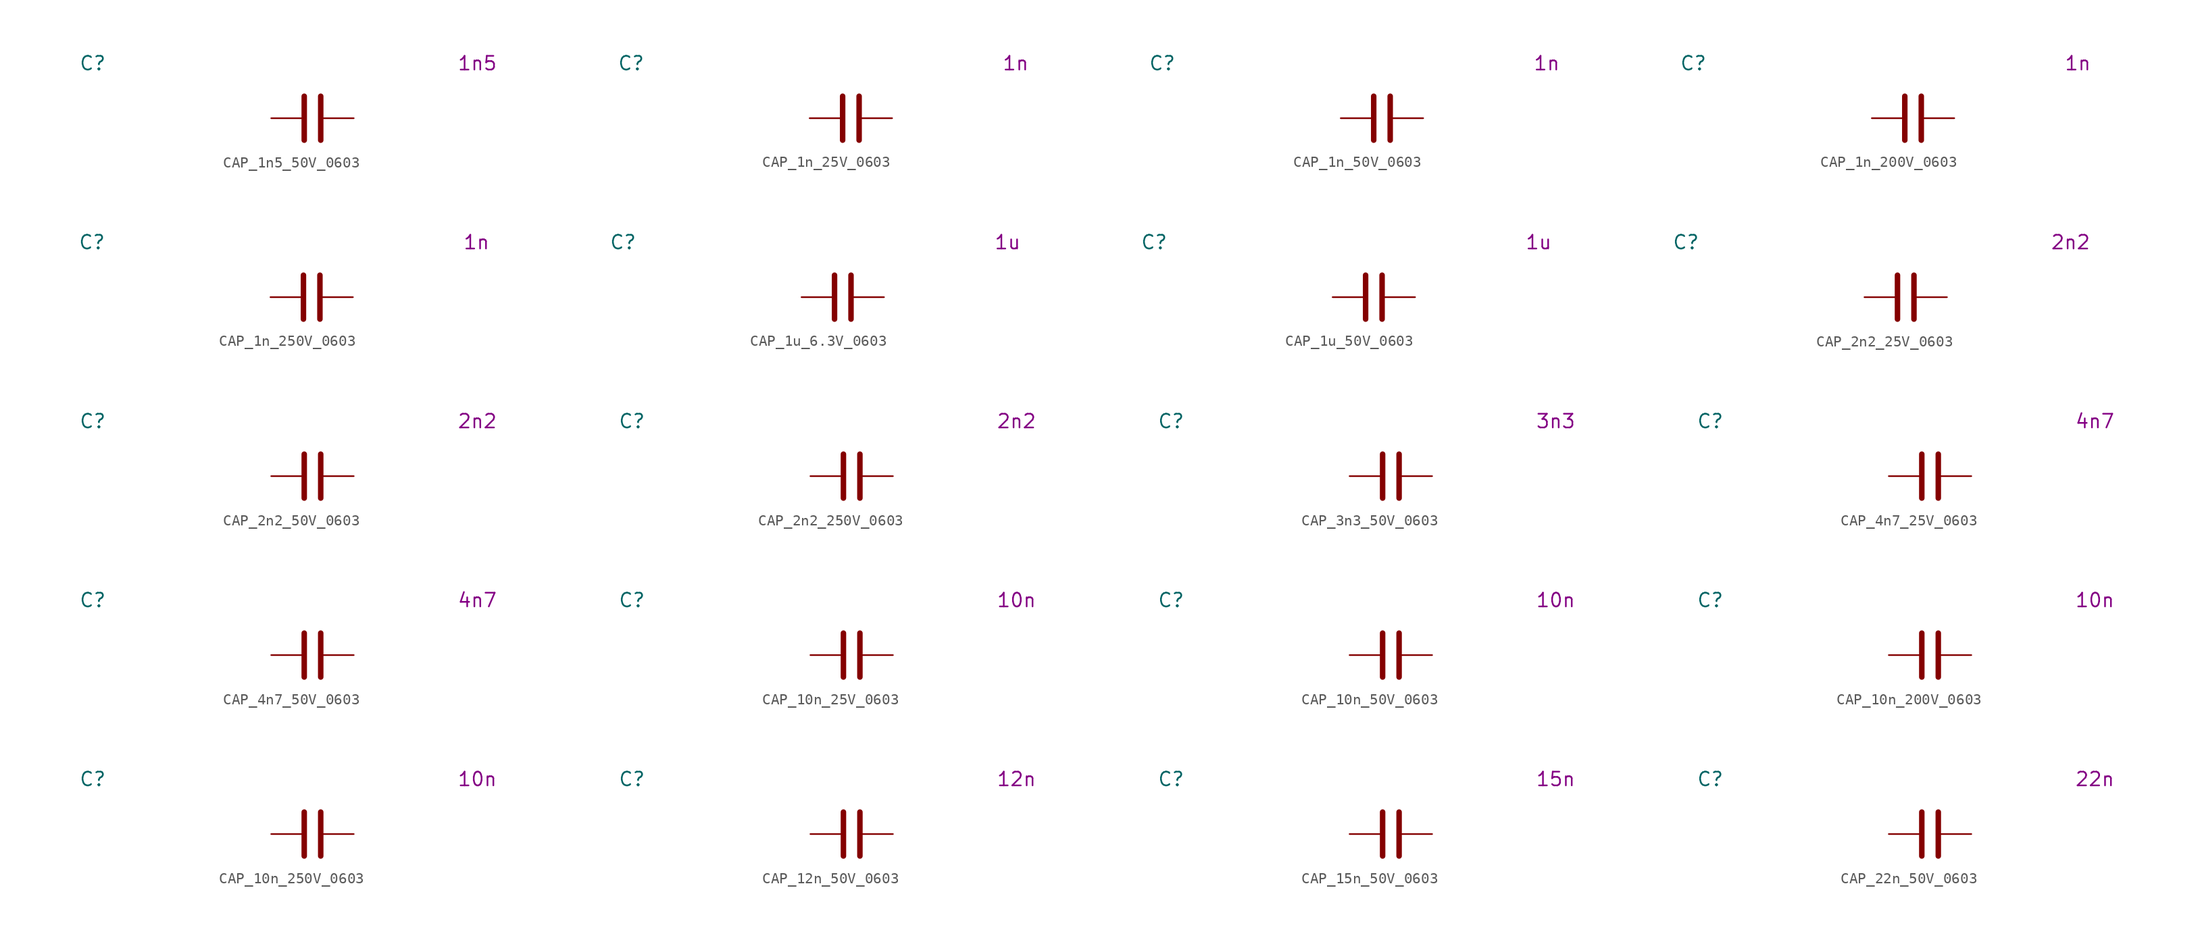
<source format=kicad_sym>
(kicad_symbol_lib
  (version 20231120)
  (generator "kicad_symbol_editor")
  (generator_version "8.0")
  (symbol "CAP_1n5_50V_0603"
    (pin_numbers hide)
    (property "Reference" "C"
      (at -20.32 5.08 0)
      (effects (font (size 1.27 1.27))))
    (property "Display Value" "1n5"
      (at 15.24 5.08 0)
      (effects (font (size 1.27 1.27))))
    (symbol "CAP_1n5_50V_0603_0_1"
      (polyline (pts (xy -0.762 -2.032) (xy -0.762 2.032)) (stroke (width 0.508) (type default)) (fill (type none)))
      (polyline (pts (xy 0.762 -2.032) (xy 0.762 2.032)) (stroke (width 0.508) (type default)) (fill (type none))))
    (symbol "CAP_1n5_50V_0603_1_1"
      (pin passive line (at -3.81 0 0) (length 2.794) (name "~" (effects (font (size 1.27 1.27)))) (number "1" (effects (font (size 1.27 1.27)))))
      (pin passive line (at 3.81 0 180) (length 2.794) (name "~" (effects (font (size 1.27 1.27)))) (number "2" (effects (font (size 1.27 1.27)))))))
  (symbol "CAP_1n_25V_0603"
    (pin_numbers hide)
    (property "Reference" "C"
      (at -20.32 5.08 0)
      (effects (font (size 1.27 1.27))))
    (property "Display Value" "1n"
      (at 15.24 5.08 0)
      (effects (font (size 1.27 1.27))))
    (symbol "CAP_1n_25V_0603_0_1"
      (polyline (pts (xy -0.762 -2.032) (xy -0.762 2.032)) (stroke (width 0.508) (type default)) (fill (type none)))
      (polyline (pts (xy 0.762 -2.032) (xy 0.762 2.032)) (stroke (width 0.508) (type default)) (fill (type none))))
    (symbol "CAP_1n_25V_0603_1_1"
      (pin passive line (at -3.81 0 0) (length 2.794) (name "~" (effects (font (size 1.27 1.27)))) (number "1" (effects (font (size 1.27 1.27)))))
      (pin passive line (at 3.81 0 180) (length 2.794) (name "~" (effects (font (size 1.27 1.27)))) (number "2" (effects (font (size 1.27 1.27)))))))
  (symbol "CAP_1n_50V_0603"
    (pin_numbers hide)
    (property "Reference" "C"
      (at -20.32 5.08 0)
      (effects (font (size 1.27 1.27))))
    (property "Display Value" "1n"
      (at 15.24 5.08 0)
      (effects (font (size 1.27 1.27))))
    (symbol "CAP_1n_50V_0603_0_1"
      (polyline (pts (xy -0.762 -2.032) (xy -0.762 2.032)) (stroke (width 0.508) (type default)) (fill (type none)))
      (polyline (pts (xy 0.762 -2.032) (xy 0.762 2.032)) (stroke (width 0.508) (type default)) (fill (type none))))
    (symbol "CAP_1n_50V_0603_1_1"
      (pin passive line (at -3.81 0 0) (length 2.794) (name "~" (effects (font (size 1.27 1.27)))) (number "1" (effects (font (size 1.27 1.27)))))
      (pin passive line (at 3.81 0 180) (length 2.794) (name "~" (effects (font (size 1.27 1.27)))) (number "2" (effects (font (size 1.27 1.27)))))))
  (symbol "CAP_1n_200V_0603"
    (pin_numbers hide)
    (property "Reference" "C"
      (at -20.32 5.08 0)
      (effects (font (size 1.27 1.27))))
    (property "Display Value" "1n"
      (at 15.24 5.08 0)
      (effects (font (size 1.27 1.27))))
    (symbol "CAP_1n_200V_0603_0_1"
      (polyline (pts (xy -0.762 -2.032) (xy -0.762 2.032)) (stroke (width 0.508) (type default)) (fill (type none)))
      (polyline (pts (xy 0.762 -2.032) (xy 0.762 2.032)) (stroke (width 0.508) (type default)) (fill (type none))))
    (symbol "CAP_1n_200V_0603_1_1"
      (pin passive line (at -3.81 0 0) (length 2.794) (name "~" (effects (font (size 1.27 1.27)))) (number "1" (effects (font (size 1.27 1.27)))))
      (pin passive line (at 3.81 0 180) (length 2.794) (name "~" (effects (font (size 1.27 1.27)))) (number "2" (effects (font (size 1.27 1.27)))))))
  (symbol "CAP_1n_250V_0603"
    (pin_numbers hide)
    (property "Reference" "C"
      (at -20.32 5.08 0)
      (effects (font (size 1.27 1.27))))
    (property "Display Value" "1n"
      (at 15.24 5.08 0)
      (effects (font (size 1.27 1.27))))
    (symbol "CAP_1n_250V_0603_0_1"
      (polyline (pts (xy -0.762 -2.032) (xy -0.762 2.032)) (stroke (width 0.508) (type default)) (fill (type none)))
      (polyline (pts (xy 0.762 -2.032) (xy 0.762 2.032)) (stroke (width 0.508) (type default)) (fill (type none))))
    (symbol "CAP_1n_250V_0603_1_1"
      (pin passive line (at -3.81 0 0) (length 2.794) (name "~" (effects (font (size 1.27 1.27)))) (number "1" (effects (font (size 1.27 1.27)))))
      (pin passive line (at 3.81 0 180) (length 2.794) (name "~" (effects (font (size 1.27 1.27)))) (number "2" (effects (font (size 1.27 1.27)))))))
  (symbol "CAP_1u_6.3V_0603"
    (pin_numbers hide)
    (property "Reference" "C"
      (at -20.32 5.08 0)
      (effects (font (size 1.27 1.27))))
    (property "Display Value" "1u"
      (at 15.24 5.08 0)
      (effects (font (size 1.27 1.27))))
    (symbol "CAP_1u_6.3V_0603_0_1"
      (polyline (pts (xy -0.762 -2.032) (xy -0.762 2.032)) (stroke (width 0.508) (type default)) (fill (type none)))
      (polyline (pts (xy 0.762 -2.032) (xy 0.762 2.032)) (stroke (width 0.508) (type default)) (fill (type none))))
    (symbol "CAP_1u_6.3V_0603_1_1"
      (pin passive line (at -3.81 0 0) (length 2.794) (name "~" (effects (font (size 1.27 1.27)))) (number "1" (effects (font (size 1.27 1.27)))))
      (pin passive line (at 3.81 0 180) (length 2.794) (name "~" (effects (font (size 1.27 1.27)))) (number "2" (effects (font (size 1.27 1.27)))))))
  (symbol "CAP_1u_50V_0603"
    (pin_numbers hide)
    (property "Reference" "C"
      (at -20.32 5.08 0)
      (effects (font (size 1.27 1.27))))
    (property "Display Value" "1u"
      (at 15.24 5.08 0)
      (effects (font (size 1.27 1.27))))
    (symbol "CAP_1u_50V_0603_0_1"
      (polyline (pts (xy -0.762 -2.032) (xy -0.762 2.032)) (stroke (width 0.508) (type default)) (fill (type none)))
      (polyline (pts (xy 0.762 -2.032) (xy 0.762 2.032)) (stroke (width 0.508) (type default)) (fill (type none))))
    (symbol "CAP_1u_50V_0603_1_1"
      (pin passive line (at -3.81 0 0) (length 2.794) (name "~" (effects (font (size 1.27 1.27)))) (number "1" (effects (font (size 1.27 1.27)))))
      (pin passive line (at 3.81 0 180) (length 2.794) (name "~" (effects (font (size 1.27 1.27)))) (number "2" (effects (font (size 1.27 1.27)))))))
  (symbol "CAP_2n2_25V_0603"
    (pin_numbers hide)
    (property "Reference" "C"
      (at -20.32 5.08 0)
      (effects (font (size 1.27 1.27))))
    (property "Display Value" "2n2"
      (at 15.24 5.08 0)
      (effects (font (size 1.27 1.27))))
    (symbol "CAP_2n2_25V_0603_0_1"
      (polyline (pts (xy -0.762 -2.032) (xy -0.762 2.032)) (stroke (width 0.508) (type default)) (fill (type none)))
      (polyline (pts (xy 0.762 -2.032) (xy 0.762 2.032)) (stroke (width 0.508) (type default)) (fill (type none))))
    (symbol "CAP_2n2_25V_0603_1_1"
      (pin passive line (at -3.81 0 0) (length 2.794) (name "~" (effects (font (size 1.27 1.27)))) (number "1" (effects (font (size 1.27 1.27)))))
      (pin passive line (at 3.81 0 180) (length 2.794) (name "~" (effects (font (size 1.27 1.27)))) (number "2" (effects (font (size 1.27 1.27)))))))
  (symbol "CAP_2n2_50V_0603"
    (pin_numbers hide)
    (property "Reference" "C"
      (at -20.32 5.08 0)
      (effects (font (size 1.27 1.27))))
    (property "Display Value" "2n2"
      (at 15.24 5.08 0)
      (effects (font (size 1.27 1.27))))
    (symbol "CAP_2n2_50V_0603_0_1"
      (polyline (pts (xy -0.762 -2.032) (xy -0.762 2.032)) (stroke (width 0.508) (type default)) (fill (type none)))
      (polyline (pts (xy 0.762 -2.032) (xy 0.762 2.032)) (stroke (width 0.508) (type default)) (fill (type none))))
    (symbol "CAP_2n2_50V_0603_1_1"
      (pin passive line (at -3.81 0 0) (length 2.794) (name "~" (effects (font (size 1.27 1.27)))) (number "1" (effects (font (size 1.27 1.27)))))
      (pin passive line (at 3.81 0 180) (length 2.794) (name "~" (effects (font (size 1.27 1.27)))) (number "2" (effects (font (size 1.27 1.27)))))))
  (symbol "CAP_2n2_250V_0603"
    (pin_numbers hide)
    (property "Reference" "C"
      (at -20.32 5.08 0)
      (effects (font (size 1.27 1.27))))
    (property "Display Value" "2n2"
      (at 15.24 5.08 0)
      (effects (font (size 1.27 1.27))))
    (symbol "CAP_2n2_250V_0603_0_1"
      (polyline (pts (xy -0.762 -2.032) (xy -0.762 2.032)) (stroke (width 0.508) (type default)) (fill (type none)))
      (polyline (pts (xy 0.762 -2.032) (xy 0.762 2.032)) (stroke (width 0.508) (type default)) (fill (type none))))
    (symbol "CAP_2n2_250V_0603_1_1"
      (pin passive line (at -3.81 0 0) (length 2.794) (name "~" (effects (font (size 1.27 1.27)))) (number "1" (effects (font (size 1.27 1.27)))))
      (pin passive line (at 3.81 0 180) (length 2.794) (name "~" (effects (font (size 1.27 1.27)))) (number "2" (effects (font (size 1.27 1.27)))))))
  (symbol "CAP_3n3_50V_0603"
    (pin_numbers hide)
    (property "Reference" "C"
      (at -20.32 5.08 0)
      (effects (font (size 1.27 1.27))))
    (property "Display Value" "3n3"
      (at 15.24 5.08 0)
      (effects (font (size 1.27 1.27))))
    (symbol "CAP_3n3_50V_0603_0_1"
      (polyline (pts (xy -0.762 -2.032) (xy -0.762 2.032)) (stroke (width 0.508) (type default)) (fill (type none)))
      (polyline (pts (xy 0.762 -2.032) (xy 0.762 2.032)) (stroke (width 0.508) (type default)) (fill (type none))))
    (symbol "CAP_3n3_50V_0603_1_1"
      (pin passive line (at -3.81 0 0) (length 2.794) (name "~" (effects (font (size 1.27 1.27)))) (number "1" (effects (font (size 1.27 1.27)))))
      (pin passive line (at 3.81 0 180) (length 2.794) (name "~" (effects (font (size 1.27 1.27)))) (number "2" (effects (font (size 1.27 1.27)))))))
  (symbol "CAP_4n7_25V_0603"
    (pin_numbers hide)
    (property "Reference" "C"
      (at -20.32 5.08 0)
      (effects (font (size 1.27 1.27))))
    (property "Display Value" "4n7"
      (at 15.24 5.08 0)
      (effects (font (size 1.27 1.27))))
    (symbol "CAP_4n7_25V_0603_0_1"
      (polyline (pts (xy -0.762 -2.032) (xy -0.762 2.032)) (stroke (width 0.508) (type default)) (fill (type none)))
      (polyline (pts (xy 0.762 -2.032) (xy 0.762 2.032)) (stroke (width 0.508) (type default)) (fill (type none))))
    (symbol "CAP_4n7_25V_0603_1_1"
      (pin passive line (at -3.81 0 0) (length 2.794) (name "~" (effects (font (size 1.27 1.27)))) (number "1" (effects (font (size 1.27 1.27)))))
      (pin passive line (at 3.81 0 180) (length 2.794) (name "~" (effects (font (size 1.27 1.27)))) (number "2" (effects (font (size 1.27 1.27)))))))
  (symbol "CAP_4n7_50V_0603"
    (pin_numbers hide)
    (property "Reference" "C"
      (at -20.32 5.08 0)
      (effects (font (size 1.27 1.27))))
    (property "Display Value" "4n7"
      (at 15.24 5.08 0)
      (effects (font (size 1.27 1.27))))
    (symbol "CAP_4n7_50V_0603_0_1"
      (polyline (pts (xy -0.762 -2.032) (xy -0.762 2.032)) (stroke (width 0.508) (type default)) (fill (type none)))
      (polyline (pts (xy 0.762 -2.032) (xy 0.762 2.032)) (stroke (width 0.508) (type default)) (fill (type none))))
    (symbol "CAP_4n7_50V_0603_1_1"
      (pin passive line (at -3.81 0 0) (length 2.794) (name "~" (effects (font (size 1.27 1.27)))) (number "1" (effects (font (size 1.27 1.27)))))
      (pin passive line (at 3.81 0 180) (length 2.794) (name "~" (effects (font (size 1.27 1.27)))) (number "2" (effects (font (size 1.27 1.27)))))))
  (symbol "CAP_10n_25V_0603"
    (pin_numbers hide)
    (property "Reference" "C"
      (at -20.32 5.08 0)
      (effects (font (size 1.27 1.27))))
    (property "Display Value" "10n"
      (at 15.24 5.08 0)
      (effects (font (size 1.27 1.27))))
    (symbol "CAP_10n_25V_0603_0_1"
      (polyline (pts (xy -0.762 -2.032) (xy -0.762 2.032)) (stroke (width 0.508) (type default)) (fill (type none)))
      (polyline (pts (xy 0.762 -2.032) (xy 0.762 2.032)) (stroke (width 0.508) (type default)) (fill (type none))))
    (symbol "CAP_10n_25V_0603_1_1"
      (pin passive line (at -3.81 0 0) (length 2.794) (name "~" (effects (font (size 1.27 1.27)))) (number "1" (effects (font (size 1.27 1.27)))))
      (pin passive line (at 3.81 0 180) (length 2.794) (name "~" (effects (font (size 1.27 1.27)))) (number "2" (effects (font (size 1.27 1.27)))))))
  (symbol "CAP_10n_50V_0603"
    (pin_numbers hide)
    (property "Reference" "C"
      (at -20.32 5.08 0)
      (effects (font (size 1.27 1.27))))
    (property "Display Value" "10n"
      (at 15.24 5.08 0)
      (effects (font (size 1.27 1.27))))
    (symbol "CAP_10n_50V_0603_0_1"
      (polyline (pts (xy -0.762 -2.032) (xy -0.762 2.032)) (stroke (width 0.508) (type default)) (fill (type none)))
      (polyline (pts (xy 0.762 -2.032) (xy 0.762 2.032)) (stroke (width 0.508) (type default)) (fill (type none))))
    (symbol "CAP_10n_50V_0603_1_1"
      (pin passive line (at -3.81 0 0) (length 2.794) (name "~" (effects (font (size 1.27 1.27)))) (number "1" (effects (font (size 1.27 1.27)))))
      (pin passive line (at 3.81 0 180) (length 2.794) (name "~" (effects (font (size 1.27 1.27)))) (number "2" (effects (font (size 1.27 1.27)))))))
  (symbol "CAP_10n_200V_0603"
    (pin_numbers hide)
    (property "Reference" "C"
      (at -20.32 5.08 0)
      (effects (font (size 1.27 1.27))))
    (property "Display Value" "10n"
      (at 15.24 5.08 0)
      (effects (font (size 1.27 1.27))))
    (symbol "CAP_10n_200V_0603_0_1"
      (polyline (pts (xy -0.762 -2.032) (xy -0.762 2.032)) (stroke (width 0.508) (type default)) (fill (type none)))
      (polyline (pts (xy 0.762 -2.032) (xy 0.762 2.032)) (stroke (width 0.508) (type default)) (fill (type none))))
    (symbol "CAP_10n_200V_0603_1_1"
      (pin passive line (at -3.81 0 0) (length 2.794) (name "~" (effects (font (size 1.27 1.27)))) (number "1" (effects (font (size 1.27 1.27)))))
      (pin passive line (at 3.81 0 180) (length 2.794) (name "~" (effects (font (size 1.27 1.27)))) (number "2" (effects (font (size 1.27 1.27)))))))
  (symbol "CAP_10n_250V_0603"
    (pin_numbers hide)
    (property "Reference" "C"
      (at -20.32 5.08 0)
      (effects (font (size 1.27 1.27))))
    (property "Display Value" "10n"
      (at 15.24 5.08 0)
      (effects (font (size 1.27 1.27))))
    (symbol "CAP_10n_250V_0603_0_1"
      (polyline (pts (xy -0.762 -2.032) (xy -0.762 2.032)) (stroke (width 0.508) (type default)) (fill (type none)))
      (polyline (pts (xy 0.762 -2.032) (xy 0.762 2.032)) (stroke (width 0.508) (type default)) (fill (type none))))
    (symbol "CAP_10n_250V_0603_1_1"
      (pin passive line (at -3.81 0 0) (length 2.794) (name "~" (effects (font (size 1.27 1.27)))) (number "1" (effects (font (size 1.27 1.27)))))
      (pin passive line (at 3.81 0 180) (length 2.794) (name "~" (effects (font (size 1.27 1.27)))) (number "2" (effects (font (size 1.27 1.27)))))))
  (symbol "CAP_12n_50V_0603"
    (pin_numbers hide)
    (property "Reference" "C"
      (at -20.32 5.08 0)
      (effects (font (size 1.27 1.27))))
    (property "Display Value" "12n"
      (at 15.24 5.08 0)
      (effects (font (size 1.27 1.27))))
    (symbol "CAP_12n_50V_0603_0_1"
      (polyline (pts (xy -0.762 -2.032) (xy -0.762 2.032)) (stroke (width 0.508) (type default)) (fill (type none)))
      (polyline (pts (xy 0.762 -2.032) (xy 0.762 2.032)) (stroke (width 0.508) (type default)) (fill (type none))))
    (symbol "CAP_12n_50V_0603_1_1"
      (pin passive line (at -3.81 0 0) (length 2.794) (name "~" (effects (font (size 1.27 1.27)))) (number "1" (effects (font (size 1.27 1.27)))))
      (pin passive line (at 3.81 0 180) (length 2.794) (name "~" (effects (font (size 1.27 1.27)))) (number "2" (effects (font (size 1.27 1.27)))))))
  (symbol "CAP_15n_50V_0603"
    (pin_numbers hide)
    (property "Reference" "C"
      (at -20.32 5.08 0)
      (effects (font (size 1.27 1.27))))
    (property "Display Value" "15n"
      (at 15.24 5.08 0)
      (effects (font (size 1.27 1.27))))
    (symbol "CAP_15n_50V_0603_0_1"
      (polyline (pts (xy -0.762 -2.032) (xy -0.762 2.032)) (stroke (width 0.508) (type default)) (fill (type none)))
      (polyline (pts (xy 0.762 -2.032) (xy 0.762 2.032)) (stroke (width 0.508) (type default)) (fill (type none))))
    (symbol "CAP_15n_50V_0603_1_1"
      (pin passive line (at -3.81 0 0) (length 2.794) (name "~" (effects (font (size 1.27 1.27)))) (number "1" (effects (font (size 1.27 1.27)))))
      (pin passive line (at 3.81 0 180) (length 2.794) (name "~" (effects (font (size 1.27 1.27)))) (number "2" (effects (font (size 1.27 1.27)))))))
  (symbol "CAP_22n_50V_0603"
    (pin_numbers hide)
    (property "Reference" "C"
      (at -20.32 5.08 0)
      (effects (font (size 1.27 1.27))))
    (property "Display Value" "22n"
      (at 15.24 5.08 0)
      (effects (font (size 1.27 1.27))))
    (symbol "CAP_22n_50V_0603_0_1"
      (polyline (pts (xy -0.762 -2.032) (xy -0.762 2.032)) (stroke (width 0.508) (type default)) (fill (type none)))
      (polyline (pts (xy 0.762 -2.032) (xy 0.762 2.032)) (stroke (width 0.508) (type default)) (fill (type none))))
    (symbol "CAP_22n_50V_0603_1_1"
      (pin passive line (at -3.81 0 0) (length 2.794) (name "~" (effects (font (size 1.27 1.27)))) (number "1" (effects (font (size 1.27 1.27)))))
      (pin passive line (at 3.81 0 180) (length 2.794) (name "~" (effects (font (size 1.27 1.27)))) (number "2" (effects (font (size 1.27 1.27))))))))
</source>
